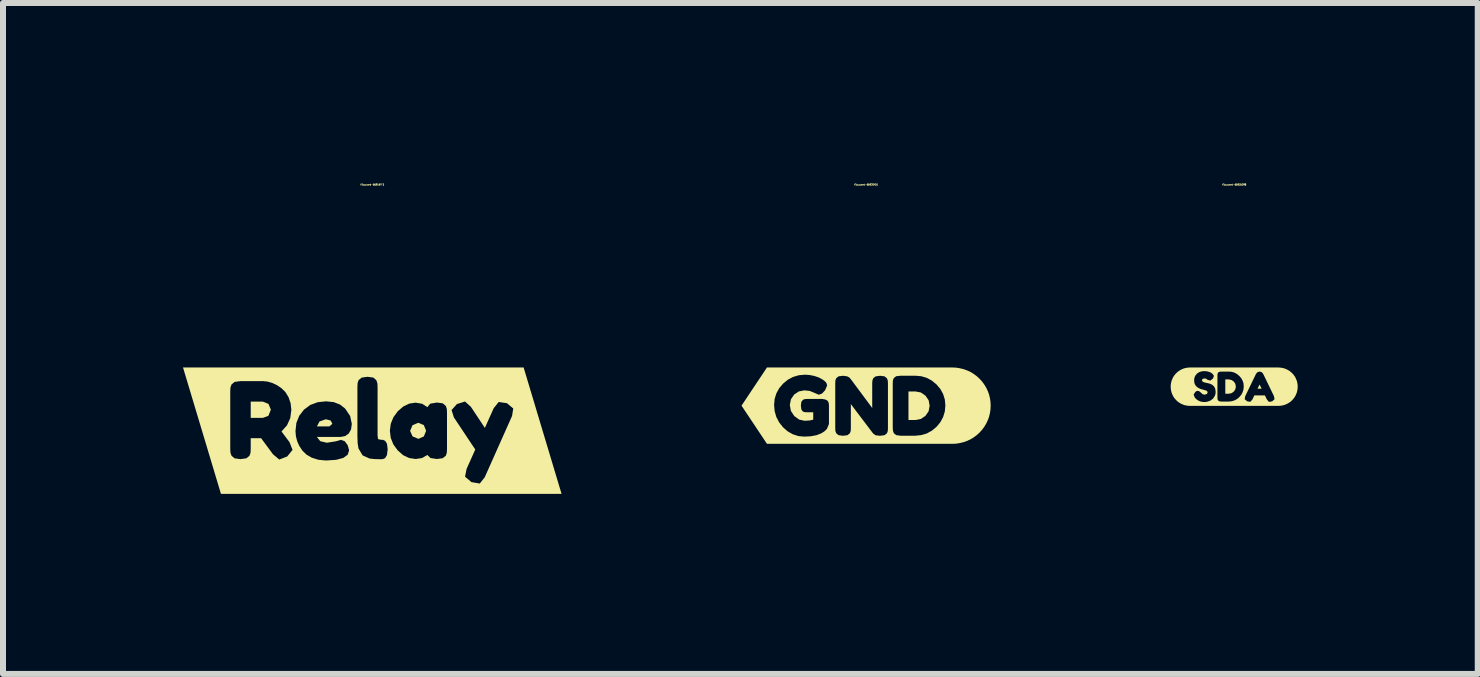
<source format=kicad_pcb>
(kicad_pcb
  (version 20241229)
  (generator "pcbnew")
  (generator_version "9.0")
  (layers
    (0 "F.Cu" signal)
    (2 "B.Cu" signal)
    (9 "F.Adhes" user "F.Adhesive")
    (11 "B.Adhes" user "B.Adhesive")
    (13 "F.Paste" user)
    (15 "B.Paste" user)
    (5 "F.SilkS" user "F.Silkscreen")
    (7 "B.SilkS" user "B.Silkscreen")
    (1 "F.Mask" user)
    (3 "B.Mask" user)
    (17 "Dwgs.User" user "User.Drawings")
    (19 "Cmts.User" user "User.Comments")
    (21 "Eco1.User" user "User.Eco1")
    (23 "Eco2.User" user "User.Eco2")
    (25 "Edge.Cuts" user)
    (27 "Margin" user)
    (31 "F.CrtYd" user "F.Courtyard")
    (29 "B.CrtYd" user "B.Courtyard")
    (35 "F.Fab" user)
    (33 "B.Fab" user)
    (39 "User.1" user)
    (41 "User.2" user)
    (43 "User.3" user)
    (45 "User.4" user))
  (footprint "kibuzzard-66920A01"
    (layer "F.Cu")
    (at 11.383 3.71)
    (property "Reference" "kibuzzard-66920A01" (at 0 -3.684 180) (layer "F.SilkS") (effects (font (size 0.025 0.025) (thickness 0.15))))
    (attr board_only exclude_from_pos_files exclude_from_bom)
    (fp_poly (pts (xy 0.706 0.239) (xy 0.822 0.239) (xy 0.912 0.222) (xy 0.989 0.17) (xy 1.042 0.093) (xy 1.059 0.001) (xy 1.042 -0.09) (xy 0.989 -0.167) (xy 0.912 -0.22) (xy 0.82 -0.237) (xy 0.706 -0.237) (xy 0.706 0.239)) (stroke (width 0) (type solid)) (fill yes) (layer "F.SilkS"))
    (fp_poly (pts (xy -1.533 -0.636) (xy -1.652 -0.636) (xy -2.076 0) (xy -1.652 0.636) (xy -1.533 0.636) (xy -1.029 0.636) (xy -1.029 0.516) (xy -1.129 0.507) (xy -1.221 0.477) (xy -1.306 0.429) (xy -1.384 0.361) (xy -1.449 0.279) (xy -1.496 0.189) (xy -1.524 0.092) (xy -1.533 -0.013) (xy -1.524 -0.113) (xy -1.495 -0.205) (xy -1.448 -0.291) (xy -1.382 -0.368) (xy -1.303 -0.433) (xy -1.216 -0.479) (xy -1.121 -0.507) (xy -1.019 -0.516) (xy -0.945 -0.511) (xy -0.866 -0.496) (xy -0.79 -0.471) (xy -0.729 -0.438) (xy -0.689 -0.409) (xy -0.662 -0.379) (xy -0.649 -0.338) (xy -0.682 -0.258) (xy -0.735 -0.201) (xy -0.788 -0.182) (xy -0.865 -0.215) (xy -0.938 -0.245) (xy -1.027 -0.255) (xy -1.121 -0.237) (xy -1.2 -0.184) (xy -1.253 -0.105) (xy -1.271 -0.01) (xy -1.253 0.088) (xy -1.197 0.173) (xy -1.116 0.232) (xy -1.024 0.252) (xy -0.941 0.247) (xy -0.881 0.233) (xy -0.881 0.11) (xy -0.986 0.11) (xy -1.025 0.108) (xy -1.055 0.097) (xy -1.079 0.063) (xy -1.087 -0.001) (xy -1.079 -0.064) (xy -1.052 -0.098) (xy -1.021 -0.109) (xy -0.982 -0.112) (xy -0.732 -0.112) (xy -0.677 -0.102) (xy -0.643 -0.083) (xy -0.626 -0.054) (xy -0.62 -0.023) (xy -0.619 0.013) (xy -0.619 0.306) (xy -0.653 0.388) (xy -0.694 0.428) (xy -0.746 0.461) (xy -0.825 0.492) (xy -0.92 0.51) (xy -1.029 0.516) (xy -1.029 0.636) (xy -0.386 0.636) (xy -0.386 0.502) (xy -0.459 0.492) (xy -0.498 0.46) (xy -0.512 0.421) (xy -0.514 0.371) (xy -0.514 -0.372) (xy -0.512 -0.42) (xy -0.497 -0.458) (xy -0.458 -0.489) (xy -0.383 -0.498) (xy -0.318 -0.489) (xy -0.281 -0.471) (xy -0.255 -0.442) (xy 0.102 0.039) (xy 0.102 -0.372) (xy 0.105 -0.419) (xy 0.119 -0.457) (xy 0.159 -0.488) (xy 0.234 -0.498) (xy 0.308 -0.488) (xy 0.348 -0.455) (xy 0.362 -0.416) (xy 0.364 -0.366) (xy 0.364 0.372) (xy 0.362 0.421) (xy 0.348 0.46) (xy 0.308 0.492) (xy 0.232 0.502) (xy 0.159 0.494) (xy 0.117 0.464) (xy -0.254 -0.026) (xy -0.254 0.372) (xy -0.256 0.421) (xy -0.27 0.46) (xy -0.31 0.492) (xy -0.386 0.502) (xy -0.386 0.636) (xy 0.574 0.636) (xy 0.574 0.501) (xy 0.502 0.491) (xy 0.463 0.46) (xy 0.448 0.42) (xy 0.444 0.369) (xy 0.444 -0.371) (xy 0.446 -0.418) (xy 0.46 -0.458) (xy 0.5 -0.49) (xy 0.576 -0.499) (xy 0.822 -0.499) (xy 0.921 -0.49) (xy 1.012 -0.463) (xy 1.096 -0.417) (xy 1.174 -0.353) (xy 1.238 -0.277) (xy 1.284 -0.193) (xy 1.312 -0.102) (xy 1.321 -0.004) (xy 1.312 0.096) (xy 1.284 0.189) (xy 1.238 0.275) (xy 1.174 0.353) (xy 1.096 0.417) (xy 1.011 0.464) (xy 0.918 0.491) (xy 0.818 0.501) (xy 0.574 0.501) (xy 0.574 0.636) (xy 1.321 0.636) (xy 1.44 0.636) (xy 1.503 0.633) (xy 1.564 0.623) (xy 1.625 0.608) (xy 1.684 0.587) (xy 1.74 0.561) (xy 1.793 0.529) (xy 1.844 0.491) (xy 1.89 0.449) (xy 1.932 0.403) (xy 1.969 0.353) (xy 2.001 0.3) (xy 2.028 0.243) (xy 2.049 0.185) (xy 2.064 0.124) (xy 2.073 0.062) (xy 2.076 0) (xy 2.073 -0.062) (xy 2.064 -0.124) (xy 2.049 -0.185) (xy 2.028 -0.243) (xy 2.001 -0.3) (xy 1.969 -0.353) (xy 1.932 -0.403) (xy 1.89 -0.449) (xy 1.844 -0.491) (xy 1.793 -0.529) (xy 1.74 -0.561) (xy 1.684 -0.587) (xy 1.625 -0.608) (xy 1.564 -0.623) (xy 1.503 -0.633) (xy 1.44 -0.636) (xy 1.321 -0.636) (xy -1.533 -0.636)) (stroke (width 0) (type solid)) (fill yes) (layer "F.SilkS")))
  (footprint "kibuzzard-66916FF3"
    (layer "F.Cu")
    (at 3.154 4.127)
    (property "Reference" "kibuzzard-66916FF3" (at 0 -4.101 180) (layer "F.SilkS") (effects (font (size 0.025 0.025) (thickness 0.15))))
    (attr board_only exclude_from_pos_files exclude_from_bom)
    (fp_poly (pts (xy -0.923 -0.071) (xy -0.715 -0.071) (xy -0.665 -0.115) (xy -0.695 -0.17) (xy -0.775 -0.19) (xy -0.88 -0.153) (xy -0.923 -0.071)) (stroke (width 0) (type solid)) (fill yes) (layer "F.SilkS"))
    (fp_poly (pts (xy -2.026 -0.214) (xy -1.822 -0.214) (xy -1.732 -0.247) (xy -1.69 -0.35) (xy -1.73 -0.446) (xy -1.825 -0.485) (xy -2.026 -0.485) (xy -2.026 -0.214)) (stroke (width 0) (type solid)) (fill yes) (layer "F.SilkS"))
    (fp_poly (pts (xy 0.769 0.136) (xy 0.859 0.096) (xy 0.897 0.002) (xy 0.859 -0.093) (xy 0.765 -0.132) (xy 0.67 -0.091) (xy 0.63 0.004) (xy 0.671 0.096) (xy 0.769 0.136)) (stroke (width 0) (type solid)) (fill yes) (layer "F.SilkS"))
    (fp_poly (pts (xy -2.367 -1.053) (xy -2.522 -1.053) (xy -3.154 -1.053) (xy -2.522 1.053) (xy -2.367 1.053) (xy -1.55 1.053) (xy -1.55 0.481) (xy -1.654 0.394) (xy -1.853 0.125) (xy -2.026 0.125) (xy -2.026 0.305) (xy -2.029 0.369) (xy -2.047 0.419) (xy -2.099 0.461) (xy -2.197 0.474) (xy -2.294 0.461) (xy -2.346 0.418) (xy -2.364 0.367) (xy -2.367 0.303) (xy -2.367 -0.657) (xy -2.364 -0.719) (xy -2.346 -0.77) (xy -2.294 -0.813) (xy -2.195 -0.826) (xy -1.822 -0.826) (xy -1.746 -0.818) (xy -1.668 -0.796) (xy -1.591 -0.76) (xy -1.516 -0.71) (xy -1.449 -0.645) (xy -1.396 -0.559) (xy -1.361 -0.458) (xy -1.349 -0.348) (xy -1.367 -0.209) (xy -1.422 -0.088) (xy -1.513 0.013) (xy -1.379 0.192) (xy -1.329 0.32) (xy -1.418 0.43) (xy -1.55 0.481) (xy -1.55 1.053) (xy -0.773 1.053) (xy -0.773 0.497) (xy -0.897 0.485) (xy -1.007 0.451) (xy -1.098 0.398) (xy -1.166 0.331) (xy -1.216 0.255) (xy -1.252 0.175) (xy -1.273 0.092) (xy -1.28 0.007) (xy -1.265 -0.13) (xy -1.217 -0.249) (xy -1.138 -0.351) (xy -1.034 -0.428) (xy -0.912 -0.474) (xy -0.771 -0.489) (xy -0.643 -0.476) (xy -0.537 -0.435) (xy -0.452 -0.368) (xy -0.369 -0.244) (xy -0.341 -0.113) (xy -0.354 -0.021) (xy -0.392 0.047) (xy -0.452 0.09) (xy -0.527 0.104) (xy -0.923 0.104) (xy -0.868 0.175) (xy -0.758 0.201) (xy -0.607 0.177) (xy -0.522 0.153) (xy -0.46 0.175) (xy -0.41 0.242) (xy -0.386 0.327) (xy -0.41 0.401) (xy -0.483 0.454) (xy -0.604 0.486) (xy -0.773 0.497) (xy -0.773 1.053) (xy 0.137 1.053) (xy 0.137 0.476) (xy 0.033 0.473) (xy -0.046 0.464) (xy -0.161 0.412) (xy -0.23 0.297) (xy -0.244 0.209) (xy -0.248 0.095) (xy -0.248 -0.729) (xy -0.245 -0.793) (xy -0.228 -0.843) (xy -0.176 -0.885) (xy -0.079 -0.898) (xy 0.017 -0.885) (xy 0.067 -0.842) (xy 0.085 -0.79) (xy 0.088 -0.727) (xy 0.088 0.074) (xy 0.095 0.14) (xy 0.139 0.151) (xy 0.178 0.153) (xy 0.214 0.169) (xy 0.245 0.218) (xy 0.256 0.309) (xy 0.245 0.405) (xy 0.214 0.457) (xy 0.178 0.473) (xy 0.137 0.476) (xy 0.137 1.053) (xy 1.076 1.053) (xy 1.076 0.472) (xy 0.97 0.456) (xy 0.918 0.405) (xy 0.829 0.456) (xy 0.723 0.472) (xy 0.615 0.456) (xy 0.515 0.409) (xy 0.424 0.329) (xy 0.351 0.229) (xy 0.307 0.119) (xy 0.293 0) (xy 0.308 -0.116) (xy 0.352 -0.224) (xy 0.425 -0.324) (xy 0.517 -0.403) (xy 0.616 -0.451) (xy 0.723 -0.467) (xy 0.832 -0.448) (xy 0.918 -0.392) (xy 0.965 -0.45) (xy 1.078 -0.469) (xy 1.174 -0.456) (xy 1.225 -0.413) (xy 1.242 -0.362) (xy 1.245 -0.299) (xy 1.245 0.305) (xy 1.242 0.368) (xy 1.225 0.418) (xy 1.173 0.459) (xy 1.076 0.472) (xy 1.076 1.053) (xy 1.791 1.053) (xy 1.791 0.881) (xy 1.652 0.857) (xy 1.546 0.767) (xy 1.571 0.638) (xy 1.716 0.314) (xy 1.36 -0.221) (xy 1.321 -0.344) (xy 1.411 -0.444) (xy 1.545 -0.486) (xy 1.643 -0.398) (xy 1.876 -0.046) (xy 2.023 -0.374) (xy 2.106 -0.478) (xy 2.244 -0.458) (xy 2.349 -0.37) (xy 2.329 -0.245) (xy 1.874 0.776) (xy 1.791 0.881) (xy 1.791 1.053) (xy 2.367 1.053) (xy 2.522 1.053) (xy 3.154 1.053) (xy 2.522 -1.053) (xy 2.367 -1.053) (xy -2.367 -1.053)) (stroke (width 0) (type solid)) (fill yes) (layer "F.SilkS")))
  (footprint "kibuzzard-66935D98"
    (layer "F.Cu")
    (at 17.517 3.394)
    (property "Reference" "kibuzzard-66935D98" (at 0 -3.368 180) (layer "F.SilkS") (effects (font (size 0.025 0.025) (thickness 0.15))))
    (attr board_only exclude_from_pos_files exclude_from_bom)
    (fp_poly (pts (xy 0.423 -0.036) (xy 0.389 0.033) (xy 0.457 0.033) (xy 0.423 -0.036)) (stroke (width 0) (type solid)) (fill yes) (layer "F.SilkS"))
    (fp_poly (pts (xy -0.148 0.117) (xy -0.09 0.117) (xy -0.045 0.108) (xy -0.007 0.082) (xy 0.019 0.044) (xy 0.028 -0.002) (xy 0.019 -0.048) (xy -0.007 -0.086) (xy -0.045 -0.112) (xy -0.091 -0.121) (xy -0.148 -0.121) (xy -0.148 0.117)) (stroke (width 0) (type solid)) (fill yes) (layer "F.SilkS"))
    (fp_poly (pts (xy -0.679 -0.32) (xy -0.739 -0.32) (xy -0.77 -0.318) (xy -0.801 -0.313) (xy -0.832 -0.306) (xy -0.861 -0.295) (xy -0.889 -0.282) (xy -0.916 -0.266) (xy -0.942 -0.247) (xy -0.965 -0.226) (xy -0.986 -0.203) (xy -1.005 -0.178) (xy -1.021 -0.151) (xy -1.034 -0.122) (xy -1.045 -0.093) (xy -1.052 -0.062) (xy -1.057 -0.031) (xy -1.058 0) (xy -1.057 0.031) (xy -1.052 0.062) (xy -1.045 0.093) (xy -1.034 0.122) (xy -1.021 0.151) (xy -1.005 0.178) (xy -0.986 0.203) (xy -0.965 0.226) (xy -0.942 0.247) (xy -0.916 0.266) (xy -0.889 0.282) (xy -0.861 0.295) (xy -0.832 0.306) (xy -0.801 0.313) (xy -0.77 0.318) (xy -0.739 0.32) (xy -0.679 0.32) (xy -0.493 0.32) (xy -0.493 0.256) (xy -0.533 0.253) (xy -0.567 0.245) (xy -0.594 0.233) (xy -0.617 0.219) (xy -0.634 0.205) (xy -0.646 0.193) (xy -0.654 0.183) (xy -0.658 0.178) (xy -0.676 0.131) (xy -0.646 0.085) (xy -0.617 0.069) (xy -0.586 0.074) (xy -0.553 0.1) (xy -0.524 0.126) (xy -0.496 0.133) (xy -0.454 0.122) (xy -0.441 0.089) (xy -0.46 0.067) (xy -0.516 0.05) (xy -0.55 0.041) (xy -0.577 0.031) (xy -0.617 0.008) (xy -0.646 -0.023) (xy -0.663 -0.061) (xy -0.668 -0.108) (xy -0.663 -0.149) (xy -0.647 -0.185) (xy -0.621 -0.217) (xy -0.586 -0.241) (xy -0.546 -0.255) (xy -0.5 -0.26) (xy -0.446 -0.255) (xy -0.4 -0.241) (xy -0.363 -0.217) (xy -0.337 -0.18) (xy -0.354 -0.136) (xy -0.397 -0.102) (xy -0.445 -0.115) (xy -0.453 -0.122) (xy -0.463 -0.13) (xy -0.477 -0.135) (xy -0.5 -0.138) (xy -0.527 -0.129) (xy -0.538 -0.107) (xy -0.526 -0.084) (xy -0.497 -0.071) (xy -0.454 -0.062) (xy -0.408 -0.051) (xy -0.368 -0.033) (xy -0.336 -0.005) (xy -0.316 0.033) (xy -0.309 0.087) (xy -0.312 0.121) (xy -0.322 0.152) (xy -0.353 0.2) (xy -0.397 0.232) (xy -0.446 0.25) (xy -0.493 0.256) (xy -0.493 0.32) (xy -0.214 0.32) (xy -0.214 0.248) (xy -0.25 0.243) (xy -0.27 0.227) (xy -0.278 0.207) (xy -0.279 0.182) (xy -0.279 -0.188) (xy -0.278 -0.212) (xy -0.271 -0.231) (xy -0.251 -0.247) (xy -0.214 -0.252) (xy -0.09 -0.252) (xy -0.041 -0.248) (xy 0.005 -0.234) (xy 0.047 -0.211) (xy 0.085 -0.179) (xy 0.118 -0.141) (xy 0.141 -0.099) (xy 0.155 -0.054) (xy 0.159 -0.005) (xy 0.155 0.046) (xy 0.141 0.092) (xy 0.118 0.135) (xy 0.085 0.174) (xy 0.047 0.206) (xy 0.004 0.229) (xy -0.042 0.243) (xy -0.093 0.248) (xy -0.214 0.248) (xy -0.214 0.32) (xy 0.58 0.32) (xy 0.58 0.254) (xy 0.545 0.213) (xy 0.512 0.145) (xy 0.336 0.145) (xy 0.303 0.214) (xy 0.267 0.253) (xy 0.215 0.243) (xy 0.175 0.208) (xy 0.184 0.158) (xy 0.364 -0.214) (xy 0.389 -0.242) (xy 0.424 -0.252) (xy 0.459 -0.242) (xy 0.483 -0.214) (xy 0.663 0.158) (xy 0.672 0.209) (xy 0.633 0.244) (xy 0.58 0.254) (xy 0.58 0.32) (xy 0.679 0.32) (xy 0.739 0.32) (xy 0.77 0.318) (xy 0.801 0.313) (xy 0.832 0.306) (xy 0.861 0.295) (xy 0.889 0.282) (xy 0.916 0.266) (xy 0.942 0.247) (xy 0.965 0.226) (xy 0.986 0.203) (xy 1.005 0.178) (xy 1.021 0.151) (xy 1.034 0.122) (xy 1.045 0.093) (xy 1.052 0.062) (xy 1.057 0.031) (xy 1.058 0) (xy 1.057 -0.031) (xy 1.052 -0.062) (xy 1.045 -0.093) (xy 1.034 -0.122) (xy 1.021 -0.151) (xy 1.005 -0.178) (xy 0.986 -0.203) (xy 0.965 -0.226) (xy 0.942 -0.247) (xy 0.916 -0.266) (xy 0.889 -0.282) (xy 0.861 -0.295) (xy 0.832 -0.306) (xy 0.801 -0.313) (xy 0.77 -0.318) (xy 0.739 -0.32) (xy 0.679 -0.32) (xy -0.679 -0.32)) (stroke (width 0) (type solid)) (fill yes) (layer "F.SilkS")))
  (gr_rect
    (start -3 -3)
    (end 21.576 8.181)
    (stroke (width 0.1) (type default))
    (fill no)
    (layer "Edge.Cuts")))
</source>
